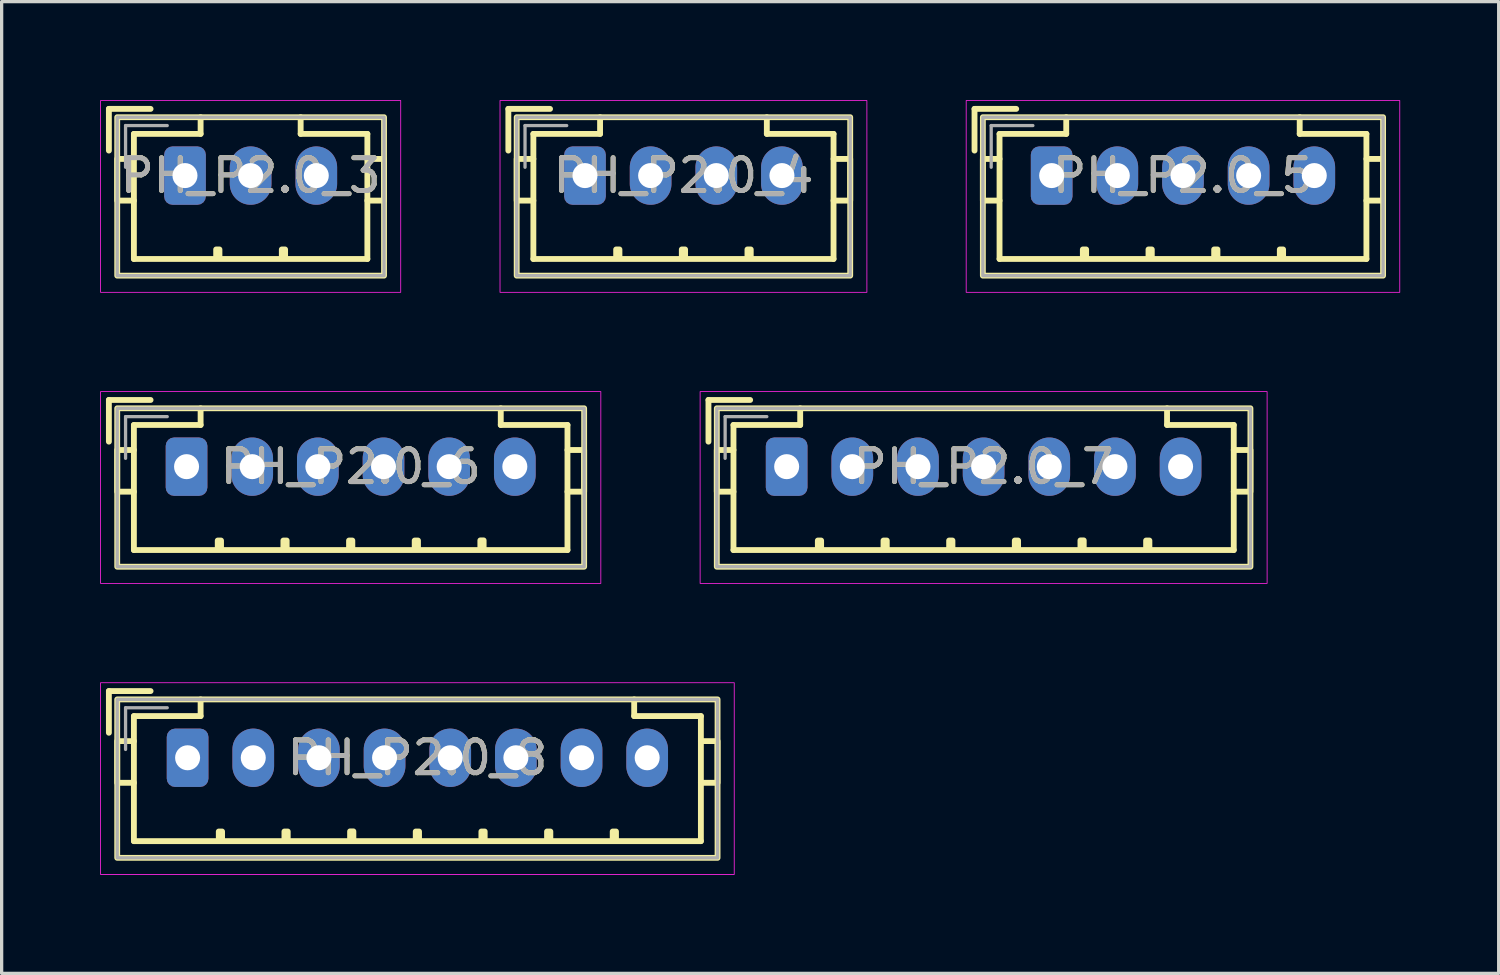
<source format=kicad_pcb>
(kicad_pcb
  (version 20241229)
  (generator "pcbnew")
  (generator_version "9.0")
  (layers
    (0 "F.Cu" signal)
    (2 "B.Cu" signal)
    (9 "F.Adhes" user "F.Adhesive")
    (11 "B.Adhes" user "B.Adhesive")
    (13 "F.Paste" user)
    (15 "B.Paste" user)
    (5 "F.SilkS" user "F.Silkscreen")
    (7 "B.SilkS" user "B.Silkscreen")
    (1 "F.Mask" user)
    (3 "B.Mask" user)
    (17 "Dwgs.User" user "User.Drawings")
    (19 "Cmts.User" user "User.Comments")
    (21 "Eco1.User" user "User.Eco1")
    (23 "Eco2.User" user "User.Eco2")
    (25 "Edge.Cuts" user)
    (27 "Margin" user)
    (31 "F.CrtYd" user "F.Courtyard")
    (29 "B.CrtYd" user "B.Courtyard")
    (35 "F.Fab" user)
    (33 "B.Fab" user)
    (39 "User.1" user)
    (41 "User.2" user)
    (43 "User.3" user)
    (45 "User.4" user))
  (footprint "PH_P2.0_4"
    (layer "F.Cu")
    (at 17.77 2.299)
    (property "Reference" "PH_P2.0_4" (at 0 0 0) (layer "F.SilkS") (effects (font (size 1 1) (thickness 0.15))))
    (fp_line (start -5.334 -2.032) (end -5.334 -0.762) (stroke (width 0.178) (type solid)) (layer "F.SilkS"))
    (fp_line (start -5.334 -2.032) (end -4.064 -2.032) (stroke (width 0.178) (type solid)) (layer "F.SilkS"))
    (fp_line (start -4.572 -1.27) (end -4.572 -0.508) (stroke (width 0.178) (type solid)) (layer "F.SilkS"))
    (fp_line (start -4.572 0.762) (end -4.572 2.54) (stroke (width 0.178) (type solid)) (layer "F.SilkS"))
    (fp_line (start -2.54 -1.778) (end -2.54 -1.27) (stroke (width 0.178) (type solid)) (layer "F.SilkS"))
    (fp_line (start -2.54 -1.27) (end -4.572 -1.27) (stroke (width 0.178) (type solid)) (layer "F.SilkS"))
    (fp_line (start 2.54 -1.778) (end 2.54 -1.27) (stroke (width 0.178) (type solid)) (layer "F.SilkS"))
    (fp_line (start 2.54 -1.27) (end 4.572 -1.27) (stroke (width 0.178) (type solid)) (layer "F.SilkS"))
    (fp_line (start 4.572 -1.27) (end 4.572 -0.508) (stroke (width 0.178) (type solid)) (layer "F.SilkS"))
    (fp_line (start 4.572 0.762) (end 4.572 2.54) (stroke (width 0.178) (type solid)) (layer "F.SilkS"))
    (fp_line (start 4.572 2.54) (end -4.572 2.54) (stroke (width 0.178) (type solid)) (layer "F.SilkS"))
    (fp_rect (start -5.08 -1.778) (end 5.08 3.048) (stroke (width 0.178) (type solid)) (fill no) (layer "F.SilkS"))
    (fp_rect (start -5.08 -0.508) (end -4.572 0.762) (stroke (width 0.178) (type solid)) (fill no) (layer "F.SilkS"))
    (fp_rect (start -2.05 2.25) (end -1.95 2.504) (stroke (width 0.178) (type solid)) (fill no) (layer "F.SilkS"))
    (fp_rect (start -0.05 2.25) (end 0.05 2.504) (stroke (width 0.178) (type solid)) (fill no) (layer "F.SilkS"))
    (fp_rect (start 1.95 2.25) (end 2.05 2.504) (stroke (width 0.178) (type solid)) (fill no) (layer "F.SilkS"))
    (fp_rect (start 4.572 -0.508) (end 5.08 0.762) (stroke (width 0.178) (type solid)) (fill no) (layer "F.SilkS"))
    (fp_rect (start -5.588 -2.286) (end 5.588 3.556) (stroke (width 0.025) (type solid)) (fill no) (layer "F.CrtYd"))
    (fp_line (start -4.826 -1.524) (end -4.826 -0.254) (stroke (width 0.1) (type solid)) (layer "F.Fab"))
    (fp_line (start -3.556 -1.524) (end -4.826 -1.524) (stroke (width 0.1) (type solid)) (layer "F.Fab"))
    (fp_rect (start -5.08 -1.778) (end 5.08 3.048) (stroke (width 0.1) (type solid)) (fill no) (layer "F.Fab"))
    (fp_text user "${REFERENCE}" (at 0 0 0) (layer "F.Fab") (effects (font (size 1 1) (thickness 0.15))))
    (pad "1" thru_hole roundrect (at -3 0) (size 1.27 1.778) (drill 0.762) (layers "*.Cu" "*.Mask") (roundrect_rratio 0.2))
    (pad "2" thru_hole oval (at -1 0) (size 1.27 1.778) (drill 0.762) (layers "*.Cu" "*.Mask"))
    (pad "3" thru_hole oval (at 1 0) (size 1.27 1.778) (drill 0.762) (layers "*.Cu" "*.Mask"))
    (pad "4" thru_hole oval (at 3 0) (size 1.27 1.778) (drill 0.762) (layers "*.Cu" "*.Mask")))
  (footprint "PH_P2.0_8"
    (layer "F.Cu")
    (at 9.665 20.034)
    (property "Reference" "PH_P2.0_8" (at 0 0 0) (layer "F.SilkS") (effects (font (size 1 1) (thickness 0.15))))
    (fp_line (start -9.398 -2.032) (end -9.398 -0.762) (stroke (width 0.178) (type solid)) (layer "F.SilkS"))
    (fp_line (start -9.398 -2.032) (end -8.128 -2.032) (stroke (width 0.178) (type solid)) (layer "F.SilkS"))
    (fp_line (start -8.636 -1.27) (end -8.636 -0.508) (stroke (width 0.178) (type solid)) (layer "F.SilkS"))
    (fp_line (start -8.636 0.762) (end -8.636 2.54) (stroke (width 0.178) (type solid)) (layer "F.SilkS"))
    (fp_line (start -6.604 -1.778) (end -6.604 -1.27) (stroke (width 0.178) (type solid)) (layer "F.SilkS"))
    (fp_line (start -6.604 -1.27) (end -8.636 -1.27) (stroke (width 0.178) (type solid)) (layer "F.SilkS"))
    (fp_line (start 6.604 -1.778) (end 6.604 -1.27) (stroke (width 0.178) (type solid)) (layer "F.SilkS"))
    (fp_line (start 6.604 -1.27) (end 8.636 -1.27) (stroke (width 0.178) (type solid)) (layer "F.SilkS"))
    (fp_line (start 8.636 -1.27) (end 8.636 -0.508) (stroke (width 0.178) (type solid)) (layer "F.SilkS"))
    (fp_line (start 8.636 0.762) (end 8.636 2.54) (stroke (width 0.178) (type solid)) (layer "F.SilkS"))
    (fp_line (start 8.636 2.54) (end -8.636 2.54) (stroke (width 0.178) (type solid)) (layer "F.SilkS"))
    (fp_rect (start -9.144 -1.778) (end 9.144 3.048) (stroke (width 0.178) (type solid)) (fill no) (layer "F.SilkS"))
    (fp_rect (start -9.144 -0.508) (end -8.636 0.762) (stroke (width 0.178) (type solid)) (fill no) (layer "F.SilkS"))
    (fp_rect (start -6.05 2.246) (end -5.95 2.5) (stroke (width 0.178) (type solid)) (fill no) (layer "F.SilkS"))
    (fp_rect (start -4.05 2.246) (end -3.95 2.5) (stroke (width 0.178) (type solid)) (fill no) (layer "F.SilkS"))
    (fp_rect (start -2.05 2.242) (end -1.95 2.496) (stroke (width 0.178) (type solid)) (fill no) (layer "F.SilkS"))
    (fp_rect (start -0.05 2.246) (end 0.05 2.5) (stroke (width 0.178) (type solid)) (fill no) (layer "F.SilkS"))
    (fp_rect (start 1.95 2.246) (end 2.05 2.5) (stroke (width 0.178) (type solid)) (fill no) (layer "F.SilkS"))
    (fp_rect (start 3.95 2.246) (end 4.05 2.5) (stroke (width 0.178) (type solid)) (fill no) (layer "F.SilkS"))
    (fp_rect (start 5.95 2.246) (end 6.05 2.5) (stroke (width 0.178) (type solid)) (fill no) (layer "F.SilkS"))
    (fp_rect (start 8.636 -0.508) (end 9.144 0.762) (stroke (width 0.178) (type solid)) (fill no) (layer "F.SilkS"))
    (fp_rect (start -9.652 -2.286) (end 9.652 3.556) (stroke (width 0.025) (type solid)) (fill no) (layer "F.CrtYd"))
    (fp_line (start -8.89 -1.524) (end -8.89 -0.254) (stroke (width 0.1) (type solid)) (layer "F.Fab"))
    (fp_line (start -7.62 -1.524) (end -8.89 -1.524) (stroke (width 0.1) (type solid)) (layer "F.Fab"))
    (fp_rect (start -9.144 -1.778) (end 9.144 3.048) (stroke (width 0.1) (type solid)) (fill no) (layer "F.Fab"))
    (fp_text user "${REFERENCE}" (at 0 0 0) (layer "F.Fab") (effects (font (size 1 1) (thickness 0.15))))
    (pad "1" thru_hole roundrect (at -7 0) (size 1.27 1.778) (drill 0.762) (layers "*.Cu" "*.Mask") (roundrect_rratio 0.2))
    (pad "2" thru_hole oval (at -5 0) (size 1.27 1.778) (drill 0.762) (layers "*.Cu" "*.Mask"))
    (pad "3" thru_hole oval (at -3 0) (size 1.27 1.778) (drill 0.762) (layers "*.Cu" "*.Mask"))
    (pad "4" thru_hole oval (at -1 0) (size 1.27 1.778) (drill 0.762) (layers "*.Cu" "*.Mask"))
    (pad "5" thru_hole oval (at 1 0) (size 1.27 1.778) (drill 0.762) (layers "*.Cu" "*.Mask"))
    (pad "6" thru_hole oval (at 3 0) (size 1.27 1.778) (drill 0.762) (layers "*.Cu" "*.Mask"))
    (pad "7" thru_hole oval (at 5 0) (size 1.27 1.778) (drill 0.762) (layers "*.Cu" "*.Mask"))
    (pad "8" thru_hole oval (at 7 0) (size 1.27 1.778) (drill 0.762) (layers "*.Cu" "*.Mask")))
  (footprint "PH_P2.0_3"
    (layer "F.Cu")
    (at 4.585 2.299)
    (property "Reference" "PH_P2.0_3" (at 0 0 0) (layer "F.SilkS") (effects (font (size 1 1) (thickness 0.15))))
    (fp_line (start -4.318 -2.032) (end -4.318 -0.762) (stroke (width 0.178) (type solid)) (layer "F.SilkS"))
    (fp_line (start -4.318 -2.032) (end -3.048 -2.032) (stroke (width 0.178) (type solid)) (layer "F.SilkS"))
    (fp_line (start -3.556 -1.27) (end -3.556 -0.508) (stroke (width 0.178) (type solid)) (layer "F.SilkS"))
    (fp_line (start -3.556 0.762) (end -3.556 2.54) (stroke (width 0.178) (type solid)) (layer "F.SilkS"))
    (fp_line (start -1.524 -1.778) (end -1.524 -1.27) (stroke (width 0.178) (type solid)) (layer "F.SilkS"))
    (fp_line (start -1.524 -1.27) (end -3.556 -1.27) (stroke (width 0.178) (type solid)) (layer "F.SilkS"))
    (fp_line (start 1.524 -1.778) (end 1.524 -1.27) (stroke (width 0.178) (type solid)) (layer "F.SilkS"))
    (fp_line (start 1.524 -1.27) (end 3.556 -1.27) (stroke (width 0.178) (type solid)) (layer "F.SilkS"))
    (fp_line (start 3.556 -1.27) (end 3.556 -0.508) (stroke (width 0.178) (type solid)) (layer "F.SilkS"))
    (fp_line (start 3.556 0.762) (end 3.556 2.54) (stroke (width 0.178) (type solid)) (layer "F.SilkS"))
    (fp_line (start 3.556 2.54) (end -3.556 2.54) (stroke (width 0.178) (type solid)) (layer "F.SilkS"))
    (fp_rect (start -4.064 -1.778) (end 4.064 3.048) (stroke (width 0.178) (type solid)) (fill no) (layer "F.SilkS"))
    (fp_rect (start -4.064 -0.508) (end -3.556 0.762) (stroke (width 0.178) (type solid)) (fill no) (layer "F.SilkS"))
    (fp_rect (start -1.05 2.25) (end -0.95 2.504) (stroke (width 0.178) (type solid)) (fill no) (layer "F.SilkS"))
    (fp_rect (start 0.95 2.25) (end 1.05 2.504) (stroke (width 0.178) (type solid)) (fill no) (layer "F.SilkS"))
    (fp_rect (start 3.556 -0.508) (end 4.064 0.762) (stroke (width 0.178) (type solid)) (fill no) (layer "F.SilkS"))
    (fp_rect (start -4.572 -2.286) (end 4.572 3.556) (stroke (width 0.025) (type solid)) (fill no) (layer "F.CrtYd"))
    (fp_line (start -3.81 -1.524) (end -3.81 -0.254) (stroke (width 0.1) (type solid)) (layer "F.Fab"))
    (fp_line (start -2.54 -1.524) (end -3.81 -1.524) (stroke (width 0.1) (type solid)) (layer "F.Fab"))
    (fp_rect (start -4.064 -1.778) (end 4.064 3.048) (stroke (width 0.1) (type solid)) (fill no) (layer "F.Fab"))
    (fp_text user "${REFERENCE}" (at 0 0 0) (layer "F.Fab") (effects (font (size 1 1) (thickness 0.15))))
    (pad "1" thru_hole roundrect (at -2 0) (size 1.27 1.778) (drill 0.762) (layers "*.Cu" "*.Mask") (roundrect_rratio 0.2))
    (pad "2" thru_hole oval (at 0 0) (size 1.27 1.778) (drill 0.762) (layers "*.Cu" "*.Mask"))
    (pad "3" thru_hole oval (at 2 0) (size 1.27 1.778) (drill 0.762) (layers "*.Cu" "*.Mask")))
  (footprint "PH_P2.0_7"
    (layer "F.Cu")
    (at 26.914 11.166)
    (property "Reference" "PH_P2.0_7" (at 0 0 0) (layer "F.SilkS") (effects (font (size 1 1) (thickness 0.15))))
    (fp_line (start -8.382 -2.032) (end -8.382 -0.762) (stroke (width 0.178) (type solid)) (layer "F.SilkS"))
    (fp_line (start -8.382 -2.032) (end -7.112 -2.032) (stroke (width 0.178) (type solid)) (layer "F.SilkS"))
    (fp_line (start -7.62 -1.27) (end -7.62 -0.508) (stroke (width 0.178) (type solid)) (layer "F.SilkS"))
    (fp_line (start -7.62 0.762) (end -7.62 2.54) (stroke (width 0.178) (type solid)) (layer "F.SilkS"))
    (fp_line (start -5.588 -1.778) (end -5.588 -1.27) (stroke (width 0.178) (type solid)) (layer "F.SilkS"))
    (fp_line (start -5.588 -1.27) (end -7.62 -1.27) (stroke (width 0.178) (type solid)) (layer "F.SilkS"))
    (fp_line (start 5.588 -1.778) (end 5.588 -1.27) (stroke (width 0.178) (type solid)) (layer "F.SilkS"))
    (fp_line (start 5.588 -1.27) (end 7.62 -1.27) (stroke (width 0.178) (type solid)) (layer "F.SilkS"))
    (fp_line (start 7.62 -1.27) (end 7.62 -0.508) (stroke (width 0.178) (type solid)) (layer "F.SilkS"))
    (fp_line (start 7.62 0.762) (end 7.62 2.54) (stroke (width 0.178) (type solid)) (layer "F.SilkS"))
    (fp_line (start 7.62 2.54) (end -7.62 2.54) (stroke (width 0.178) (type solid)) (layer "F.SilkS"))
    (fp_rect (start -8.128 -1.778) (end 8.128 3.048) (stroke (width 0.178) (type solid)) (fill no) (layer "F.SilkS"))
    (fp_rect (start -8.128 -0.508) (end -7.62 0.762) (stroke (width 0.178) (type solid)) (fill no) (layer "F.SilkS"))
    (fp_rect (start -5.05 2.25) (end -4.95 2.504) (stroke (width 0.178) (type solid)) (fill no) (layer "F.SilkS"))
    (fp_rect (start -3.05 2.25) (end -2.95 2.504) (stroke (width 0.178) (type solid)) (fill no) (layer "F.SilkS"))
    (fp_rect (start -1.05 2.25) (end -0.95 2.504) (stroke (width 0.178) (type solid)) (fill no) (layer "F.SilkS"))
    (fp_rect (start 0.95 2.25) (end 1.05 2.504) (stroke (width 0.178) (type solid)) (fill no) (layer "F.SilkS"))
    (fp_rect (start 2.95 2.246) (end 3.05 2.5) (stroke (width 0.178) (type solid)) (fill no) (layer "F.SilkS"))
    (fp_rect (start 4.95 2.25) (end 5.05 2.504) (stroke (width 0.178) (type solid)) (fill no) (layer "F.SilkS"))
    (fp_rect (start 7.62 -0.508) (end 8.128 0.762) (stroke (width 0.178) (type solid)) (fill no) (layer "F.SilkS"))
    (fp_rect (start -8.636 -2.286) (end 8.636 3.556) (stroke (width 0.025) (type solid)) (fill no) (layer "F.CrtYd"))
    (fp_line (start -7.874 -1.524) (end -7.874 -0.254) (stroke (width 0.1) (type solid)) (layer "F.Fab"))
    (fp_line (start -6.604 -1.524) (end -7.874 -1.524) (stroke (width 0.1) (type solid)) (layer "F.Fab"))
    (fp_rect (start -8.128 -1.778) (end 8.128 3.048) (stroke (width 0.1) (type solid)) (fill no) (layer "F.Fab"))
    (fp_text user "${REFERENCE}" (at 0 0 0) (layer "F.Fab") (effects (font (size 1 1) (thickness 0.15))))
    (pad "1" thru_hole roundrect (at -6 0) (size 1.27 1.778) (drill 0.762) (layers "*.Cu" "*.Mask") (roundrect_rratio 0.2))
    (pad "2" thru_hole oval (at -4 0) (size 1.27 1.778) (drill 0.762) (layers "*.Cu" "*.Mask"))
    (pad "3" thru_hole oval (at -2 0) (size 1.27 1.778) (drill 0.762) (layers "*.Cu" "*.Mask"))
    (pad "4" thru_hole oval (at 0 0) (size 1.27 1.778) (drill 0.762) (layers "*.Cu" "*.Mask"))
    (pad "5" thru_hole oval (at 2 0) (size 1.27 1.778) (drill 0.762) (layers "*.Cu" "*.Mask"))
    (pad "6" thru_hole oval (at 4 0) (size 1.27 1.778) (drill 0.762) (layers "*.Cu" "*.Mask"))
    (pad "7" thru_hole oval (at 6 0) (size 1.27 1.778) (drill 0.762) (layers "*.Cu" "*.Mask")))
  (footprint "PH_P2.0_6"
    (layer "F.Cu")
    (at 7.633 11.166)
    (property "Reference" "PH_P2.0_6" (at 0 0 0) (layer "F.SilkS") (effects (font (size 1 1) (thickness 0.15))))
    (fp_line (start -7.366 -2.032) (end -7.366 -0.762) (stroke (width 0.178) (type solid)) (layer "F.SilkS"))
    (fp_line (start -7.366 -2.032) (end -6.096 -2.032) (stroke (width 0.178) (type solid)) (layer "F.SilkS"))
    (fp_line (start -6.604 -1.27) (end -6.604 -0.508) (stroke (width 0.178) (type solid)) (layer "F.SilkS"))
    (fp_line (start -6.604 0.762) (end -6.604 2.54) (stroke (width 0.178) (type solid)) (layer "F.SilkS"))
    (fp_line (start -4.572 -1.778) (end -4.572 -1.27) (stroke (width 0.178) (type solid)) (layer "F.SilkS"))
    (fp_line (start -4.572 -1.27) (end -6.604 -1.27) (stroke (width 0.178) (type solid)) (layer "F.SilkS"))
    (fp_line (start 4.572 -1.778) (end 4.572 -1.27) (stroke (width 0.178) (type solid)) (layer "F.SilkS"))
    (fp_line (start 4.572 -1.27) (end 6.604 -1.27) (stroke (width 0.178) (type solid)) (layer "F.SilkS"))
    (fp_line (start 6.604 -1.27) (end 6.604 -0.508) (stroke (width 0.178) (type solid)) (layer "F.SilkS"))
    (fp_line (start 6.604 0.762) (end 6.604 2.54) (stroke (width 0.178) (type solid)) (layer "F.SilkS"))
    (fp_line (start 6.604 2.54) (end -6.604 2.54) (stroke (width 0.178) (type solid)) (layer "F.SilkS"))
    (fp_rect (start -7.112 -1.778) (end 7.112 3.048) (stroke (width 0.178) (type solid)) (fill no) (layer "F.SilkS"))
    (fp_rect (start -7.112 -0.508) (end -6.604 0.762) (stroke (width 0.178) (type solid)) (fill no) (layer "F.SilkS"))
    (fp_rect (start -4.05 2.25) (end -3.95 2.504) (stroke (width 0.178) (type solid)) (fill no) (layer "F.SilkS"))
    (fp_rect (start -2.05 2.25) (end -1.95 2.504) (stroke (width 0.178) (type solid)) (fill no) (layer "F.SilkS"))
    (fp_rect (start -0.05 2.25) (end 0.05 2.504) (stroke (width 0.178) (type solid)) (fill no) (layer "F.SilkS"))
    (fp_rect (start 1.95 2.25) (end 2.05 2.504) (stroke (width 0.178) (type solid)) (fill no) (layer "F.SilkS"))
    (fp_rect (start 3.95 2.246) (end 4.05 2.5) (stroke (width 0.178) (type solid)) (fill no) (layer "F.SilkS"))
    (fp_rect (start 6.604 -0.508) (end 7.112 0.762) (stroke (width 0.178) (type solid)) (fill no) (layer "F.SilkS"))
    (fp_rect (start -7.62 -2.286) (end 7.62 3.556) (stroke (width 0.025) (type solid)) (fill no) (layer "F.CrtYd"))
    (fp_line (start -6.858 -1.524) (end -6.858 -0.254) (stroke (width 0.1) (type solid)) (layer "F.Fab"))
    (fp_line (start -5.588 -1.524) (end -6.858 -1.524) (stroke (width 0.1) (type solid)) (layer "F.Fab"))
    (fp_rect (start -7.112 -1.778) (end 7.112 3.048) (stroke (width 0.1) (type solid)) (fill no) (layer "F.Fab"))
    (fp_text user "${REFERENCE}" (at 0 0 0) (layer "F.Fab") (effects (font (size 1 1) (thickness 0.15))))
    (pad "1" thru_hole roundrect (at -5 0) (size 1.27 1.778) (drill 0.762) (layers "*.Cu" "*.Mask") (roundrect_rratio 0.2))
    (pad "2" thru_hole oval (at -3 0) (size 1.27 1.778) (drill 0.762) (layers "*.Cu" "*.Mask"))
    (pad "3" thru_hole oval (at -1 0) (size 1.27 1.778) (drill 0.762) (layers "*.Cu" "*.Mask"))
    (pad "4" thru_hole oval (at 1 0) (size 1.27 1.778) (drill 0.762) (layers "*.Cu" "*.Mask"))
    (pad "5" thru_hole oval (at 3 0) (size 1.27 1.778) (drill 0.762) (layers "*.Cu" "*.Mask"))
    (pad "6" thru_hole oval (at 5 0) (size 1.27 1.778) (drill 0.762) (layers "*.Cu" "*.Mask")))
  (footprint "PH_P2.0_5"
    (layer "F.Cu")
    (at 32.987 2.299)
    (property "Reference" "PH_P2.0_5" (at 0 0 0) (layer "F.SilkS") (effects (font (size 1 1) (thickness 0.15))))
    (fp_line (start -6.35 -2.032) (end -6.35 -0.762) (stroke (width 0.178) (type solid)) (layer "F.SilkS"))
    (fp_line (start -6.35 -2.032) (end -5.08 -2.032) (stroke (width 0.178) (type solid)) (layer "F.SilkS"))
    (fp_line (start -5.588 -1.27) (end -5.588 -0.508) (stroke (width 0.178) (type solid)) (layer "F.SilkS"))
    (fp_line (start -5.588 0.762) (end -5.588 2.54) (stroke (width 0.178) (type solid)) (layer "F.SilkS"))
    (fp_line (start -3.556 -1.778) (end -3.556 -1.27) (stroke (width 0.178) (type solid)) (layer "F.SilkS"))
    (fp_line (start -3.556 -1.27) (end -5.588 -1.27) (stroke (width 0.178) (type solid)) (layer "F.SilkS"))
    (fp_line (start 3.556 -1.778) (end 3.556 -1.27) (stroke (width 0.178) (type solid)) (layer "F.SilkS"))
    (fp_line (start 3.556 -1.27) (end 5.588 -1.27) (stroke (width 0.178) (type solid)) (layer "F.SilkS"))
    (fp_line (start 5.588 -1.27) (end 5.588 -0.508) (stroke (width 0.178) (type solid)) (layer "F.SilkS"))
    (fp_line (start 5.588 0.762) (end 5.588 2.54) (stroke (width 0.178) (type solid)) (layer "F.SilkS"))
    (fp_line (start 5.588 2.54) (end -5.588 2.54) (stroke (width 0.178) (type solid)) (layer "F.SilkS"))
    (fp_rect (start -6.096 -1.778) (end 6.096 3.048) (stroke (width 0.178) (type solid)) (fill no) (layer "F.SilkS"))
    (fp_rect (start -6.096 -0.508) (end -5.588 0.762) (stroke (width 0.178) (type solid)) (fill no) (layer "F.SilkS"))
    (fp_rect (start -3.05 2.25) (end -2.95 2.504) (stroke (width 0.178) (type solid)) (fill no) (layer "F.SilkS"))
    (fp_rect (start -1.05 2.25) (end -0.95 2.504) (stroke (width 0.178) (type solid)) (fill no) (layer "F.SilkS"))
    (fp_rect (start 0.95 2.25) (end 1.05 2.504) (stroke (width 0.178) (type solid)) (fill no) (layer "F.SilkS"))
    (fp_rect (start 2.95 2.25) (end 3.05 2.504) (stroke (width 0.178) (type solid)) (fill no) (layer "F.SilkS"))
    (fp_rect (start 5.588 -0.508) (end 6.096 0.762) (stroke (width 0.178) (type solid)) (fill no) (layer "F.SilkS"))
    (fp_rect (start -6.604 -2.286) (end 6.604 3.556) (stroke (width 0.025) (type solid)) (fill no) (layer "F.CrtYd"))
    (fp_line (start -5.842 -1.524) (end -5.842 -0.254) (stroke (width 0.1) (type solid)) (layer "F.Fab"))
    (fp_line (start -4.572 -1.524) (end -5.842 -1.524) (stroke (width 0.1) (type solid)) (layer "F.Fab"))
    (fp_rect (start -6.096 -1.778) (end 6.096 3.048) (stroke (width 0.1) (type solid)) (fill no) (layer "F.Fab"))
    (fp_text user "${REFERENCE}" (at 0 0 0) (layer "F.Fab") (effects (font (size 1 1) (thickness 0.15))))
    (pad "1" thru_hole roundrect (at -4 0) (size 1.27 1.778) (drill 0.762) (layers "*.Cu" "*.Mask") (roundrect_rratio 0.2))
    (pad "2" thru_hole oval (at -2 0) (size 1.27 1.778) (drill 0.762) (layers "*.Cu" "*.Mask"))
    (pad "3" thru_hole oval (at 0 0) (size 1.27 1.778) (drill 0.762) (layers "*.Cu" "*.Mask"))
    (pad "4" thru_hole oval (at 2 0) (size 1.27 1.778) (drill 0.762) (layers "*.Cu" "*.Mask"))
    (pad "5" thru_hole oval (at 4 0) (size 1.27 1.778) (drill 0.762) (layers "*.Cu" "*.Mask")))
  (gr_rect
    (start -3 -3)
    (end 42.604 26.602)
    (stroke (width 0.1) (type default))
    (fill no)
    (layer "Edge.Cuts")))
</source>
